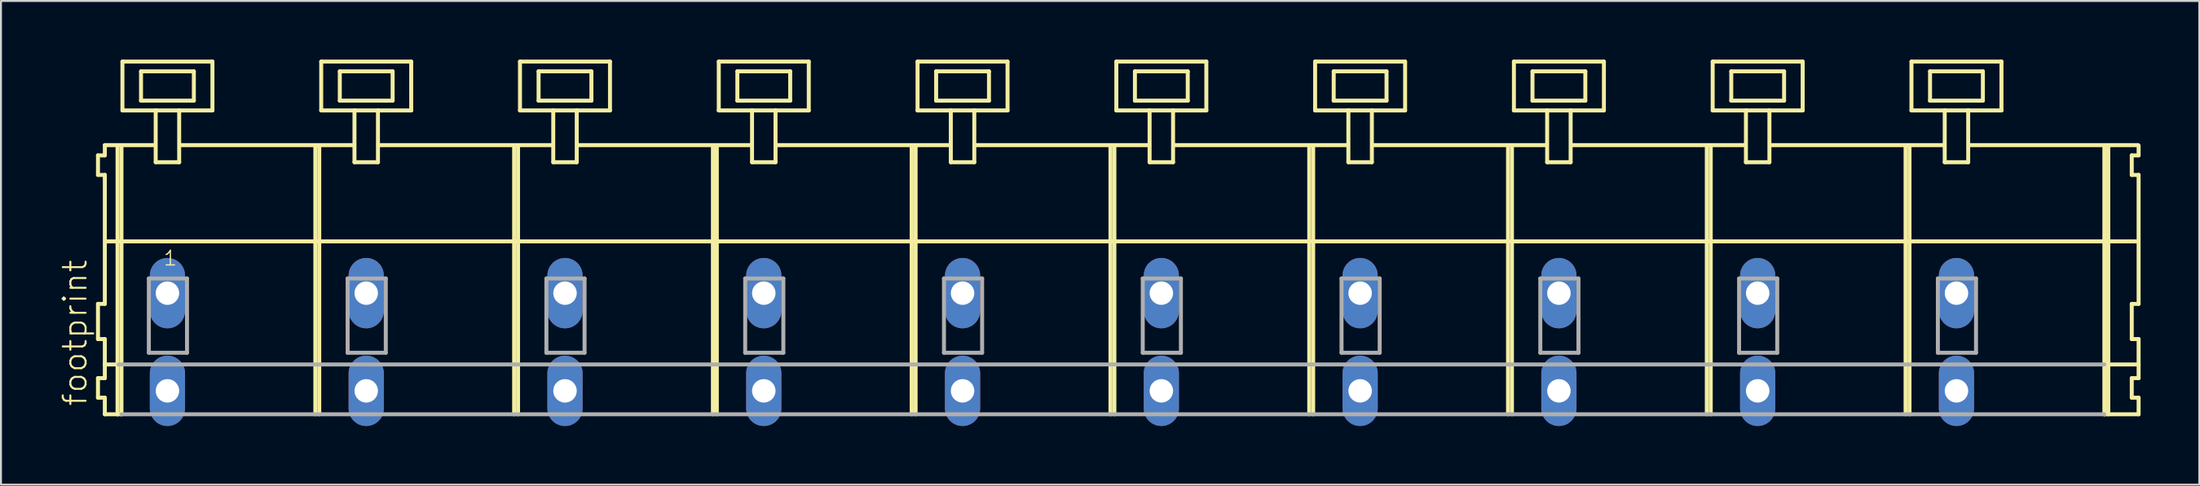
<source format=kicad_pcb>
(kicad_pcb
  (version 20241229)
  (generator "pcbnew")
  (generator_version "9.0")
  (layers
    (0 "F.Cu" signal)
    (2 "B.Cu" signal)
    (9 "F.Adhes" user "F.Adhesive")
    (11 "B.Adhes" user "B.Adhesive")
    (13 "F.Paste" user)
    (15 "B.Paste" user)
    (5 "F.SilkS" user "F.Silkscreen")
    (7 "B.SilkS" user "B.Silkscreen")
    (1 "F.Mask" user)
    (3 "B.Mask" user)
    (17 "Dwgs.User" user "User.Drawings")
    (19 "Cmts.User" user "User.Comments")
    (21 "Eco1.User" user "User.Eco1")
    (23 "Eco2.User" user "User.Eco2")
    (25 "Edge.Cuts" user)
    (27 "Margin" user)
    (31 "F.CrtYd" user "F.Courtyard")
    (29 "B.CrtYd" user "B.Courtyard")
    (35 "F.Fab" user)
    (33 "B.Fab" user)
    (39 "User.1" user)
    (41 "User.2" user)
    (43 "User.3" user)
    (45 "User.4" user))
  (footprint "footprint"
    (layer "F.Cu")
    (at 53.768 11.952)
    (property "Reference" "footprint" (at -52.295 5.855 90) (layer "F.SilkS") (effects (font (size 1.168 1.168) (thickness 0.102)) (justify left bottom)))
    (fp_line (start -51.81 -7.05) (end -51.81 -6.05) (stroke (width 0.203) (type solid)) (layer "F.SilkS"))
    (fp_line (start -51.81 -6.05) (end -51.46 -6.05) (stroke (width 0.203) (type solid)) (layer "F.SilkS"))
    (fp_line (start -51.81 0.55) (end -51.81 2.35) (stroke (width 0.203) (type solid)) (layer "F.SilkS"))
    (fp_line (start -51.81 2.35) (end -51.46 2.35) (stroke (width 0.203) (type solid)) (layer "F.SilkS"))
    (fp_line (start -51.81 4.35) (end -51.81 5.35) (stroke (width 0.203) (type solid)) (layer "F.SilkS"))
    (fp_line (start -51.81 5.35) (end -51.46 5.35) (stroke (width 0.203) (type solid)) (layer "F.SilkS"))
    (fp_line (start -51.46 -7.575) (end -51.46 -7.05) (stroke (width 0.203) (type solid)) (layer "F.SilkS"))
    (fp_line (start -51.46 -7.575) (end -48.885 -7.575) (stroke (width 0.203) (type solid)) (layer "F.SilkS"))
    (fp_line (start -51.46 -7.05) (end -51.81 -7.05) (stroke (width 0.203) (type solid)) (layer "F.SilkS"))
    (fp_line (start -51.46 -6.05) (end -51.46 0.55) (stroke (width 0.203) (type solid)) (layer "F.SilkS"))
    (fp_line (start -51.46 0.55) (end -51.81 0.55) (stroke (width 0.203) (type solid)) (layer "F.SilkS"))
    (fp_line (start -51.46 2.35) (end -51.46 4.35) (stroke (width 0.203) (type solid)) (layer "F.SilkS"))
    (fp_line (start -51.46 3.65) (end -50.76 3.65) (stroke (width 0.203) (type solid)) (layer "F.SilkS"))
    (fp_line (start -51.46 4.35) (end -51.81 4.35) (stroke (width 0.203) (type solid)) (layer "F.SilkS"))
    (fp_line (start -51.46 5.35) (end -51.46 6.2) (stroke (width 0.203) (type solid)) (layer "F.SilkS"))
    (fp_line (start -51.46 6.2) (end -50.81 6.2) (stroke (width 0.203) (type solid)) (layer "F.SilkS"))
    (fp_line (start -51.41 -2.65) (end 52.44 -2.65) (stroke (width 0.203) (type solid)) (layer "F.SilkS"))
    (fp_line (start -50.81 -7.55) (end -50.81 6.2) (stroke (width 0.203) (type solid)) (layer "F.SilkS"))
    (fp_line (start -50.81 6.2) (end -50.61 6.2) (stroke (width 0.203) (type solid)) (layer "F.SilkS"))
    (fp_line (start -50.61 -7.55) (end -50.61 6.2) (stroke (width 0.203) (type solid)) (layer "F.SilkS"))
    (fp_line (start -50.56 -11.85) (end -50.56 -9.35) (stroke (width 0.203) (type solid)) (layer "F.SilkS"))
    (fp_line (start -50.56 -9.35) (end -48.86 -9.35) (stroke (width 0.203) (type solid)) (layer "F.SilkS"))
    (fp_line (start -49.61 -11.35) (end -49.61 -9.85) (stroke (width 0.203) (type solid)) (layer "F.SilkS"))
    (fp_line (start -49.61 -9.85) (end -46.91 -9.85) (stroke (width 0.203) (type solid)) (layer "F.SilkS"))
    (fp_line (start -48.86 -9.35) (end -48.86 -6.7) (stroke (width 0.203) (type solid)) (layer "F.SilkS"))
    (fp_line (start -48.86 -9.35) (end -47.66 -9.35) (stroke (width 0.203) (type solid)) (layer "F.SilkS"))
    (fp_line (start -48.86 -6.7) (end -47.66 -6.7) (stroke (width 0.203) (type solid)) (layer "F.SilkS"))
    (fp_line (start -47.66 -9.35) (end -45.96 -9.35) (stroke (width 0.203) (type solid)) (layer "F.SilkS"))
    (fp_line (start -47.66 -6.7) (end -47.66 -9.35) (stroke (width 0.203) (type solid)) (layer "F.SilkS"))
    (fp_line (start -47.635 -7.575) (end -38.721 -7.575) (stroke (width 0.203) (type solid)) (layer "F.SilkS"))
    (fp_line (start -46.91 -11.35) (end -49.61 -11.35) (stroke (width 0.203) (type solid)) (layer "F.SilkS"))
    (fp_line (start -46.91 -9.85) (end -46.91 -11.35) (stroke (width 0.203) (type solid)) (layer "F.SilkS"))
    (fp_line (start -45.96 -11.85) (end -50.56 -11.85) (stroke (width 0.203) (type solid)) (layer "F.SilkS"))
    (fp_line (start -45.96 -9.35) (end -45.96 -11.85) (stroke (width 0.203) (type solid)) (layer "F.SilkS"))
    (fp_line (start -40.7 -7.55) (end -40.7 6.2) (stroke (width 0.203) (type solid)) (layer "F.SilkS"))
    (fp_line (start -40.5 -7.55) (end -40.5 6.2) (stroke (width 0.203) (type solid)) (layer "F.SilkS"))
    (fp_line (start -40.4 -11.85) (end -40.4 -9.35) (stroke (width 0.203) (type solid)) (layer "F.SilkS"))
    (fp_line (start -40.4 -9.35) (end -38.7 -9.35) (stroke (width 0.203) (type solid)) (layer "F.SilkS"))
    (fp_line (start -39.45 -11.35) (end -39.45 -9.85) (stroke (width 0.203) (type solid)) (layer "F.SilkS"))
    (fp_line (start -39.45 -9.85) (end -36.75 -9.85) (stroke (width 0.203) (type solid)) (layer "F.SilkS"))
    (fp_line (start -38.7 -9.35) (end -38.7 -6.7) (stroke (width 0.203) (type solid)) (layer "F.SilkS"))
    (fp_line (start -38.7 -9.35) (end -37.5 -9.35) (stroke (width 0.203) (type solid)) (layer "F.SilkS"))
    (fp_line (start -38.7 -6.7) (end -37.5 -6.7) (stroke (width 0.203) (type solid)) (layer "F.SilkS"))
    (fp_line (start -37.5 -9.35) (end -35.8 -9.35) (stroke (width 0.203) (type solid)) (layer "F.SilkS"))
    (fp_line (start -37.5 -6.7) (end -37.5 -9.35) (stroke (width 0.203) (type solid)) (layer "F.SilkS"))
    (fp_line (start -37.475 -7.575) (end -28.561 -7.575) (stroke (width 0.203) (type solid)) (layer "F.SilkS"))
    (fp_line (start -36.75 -11.35) (end -39.45 -11.35) (stroke (width 0.203) (type solid)) (layer "F.SilkS"))
    (fp_line (start -36.75 -9.85) (end -36.75 -11.35) (stroke (width 0.203) (type solid)) (layer "F.SilkS"))
    (fp_line (start -35.8 -11.85) (end -40.4 -11.85) (stroke (width 0.203) (type solid)) (layer "F.SilkS"))
    (fp_line (start -35.8 -9.35) (end -35.8 -11.85) (stroke (width 0.203) (type solid)) (layer "F.SilkS"))
    (fp_line (start -30.54 -7.55) (end -30.54 6.2) (stroke (width 0.203) (type solid)) (layer "F.SilkS"))
    (fp_line (start -30.34 -7.55) (end -30.34 6.2) (stroke (width 0.203) (type solid)) (layer "F.SilkS"))
    (fp_line (start -30.24 -11.85) (end -30.24 -9.35) (stroke (width 0.203) (type solid)) (layer "F.SilkS"))
    (fp_line (start -30.24 -9.35) (end -28.54 -9.35) (stroke (width 0.203) (type solid)) (layer "F.SilkS"))
    (fp_line (start -29.29 -11.35) (end -29.29 -9.85) (stroke (width 0.203) (type solid)) (layer "F.SilkS"))
    (fp_line (start -29.29 -9.85) (end -26.59 -9.85) (stroke (width 0.203) (type solid)) (layer "F.SilkS"))
    (fp_line (start -28.54 -9.35) (end -28.54 -6.7) (stroke (width 0.203) (type solid)) (layer "F.SilkS"))
    (fp_line (start -28.54 -9.35) (end -27.34 -9.35) (stroke (width 0.203) (type solid)) (layer "F.SilkS"))
    (fp_line (start -28.54 -6.7) (end -27.34 -6.7) (stroke (width 0.203) (type solid)) (layer "F.SilkS"))
    (fp_line (start -27.34 -9.35) (end -25.64 -9.35) (stroke (width 0.203) (type solid)) (layer "F.SilkS"))
    (fp_line (start -27.34 -6.7) (end -27.34 -9.35) (stroke (width 0.203) (type solid)) (layer "F.SilkS"))
    (fp_line (start -27.315 -7.575) (end -18.401 -7.575) (stroke (width 0.203) (type solid)) (layer "F.SilkS"))
    (fp_line (start -26.59 -11.35) (end -29.29 -11.35) (stroke (width 0.203) (type solid)) (layer "F.SilkS"))
    (fp_line (start -26.59 -9.85) (end -26.59 -11.35) (stroke (width 0.203) (type solid)) (layer "F.SilkS"))
    (fp_line (start -25.64 -11.85) (end -30.24 -11.85) (stroke (width 0.203) (type solid)) (layer "F.SilkS"))
    (fp_line (start -25.64 -9.35) (end -25.64 -11.85) (stroke (width 0.203) (type solid)) (layer "F.SilkS"))
    (fp_line (start -20.38 -7.55) (end -20.38 6.2) (stroke (width 0.203) (type solid)) (layer "F.SilkS"))
    (fp_line (start -20.18 -7.55) (end -20.18 6.2) (stroke (width 0.203) (type solid)) (layer "F.SilkS"))
    (fp_line (start -20.08 -11.85) (end -20.08 -9.35) (stroke (width 0.203) (type solid)) (layer "F.SilkS"))
    (fp_line (start -20.08 -9.35) (end -18.38 -9.35) (stroke (width 0.203) (type solid)) (layer "F.SilkS"))
    (fp_line (start -19.13 -11.35) (end -19.13 -9.85) (stroke (width 0.203) (type solid)) (layer "F.SilkS"))
    (fp_line (start -19.13 -9.85) (end -16.43 -9.85) (stroke (width 0.203) (type solid)) (layer "F.SilkS"))
    (fp_line (start -18.38 -9.35) (end -18.38 -6.7) (stroke (width 0.203) (type solid)) (layer "F.SilkS"))
    (fp_line (start -18.38 -9.35) (end -17.18 -9.35) (stroke (width 0.203) (type solid)) (layer "F.SilkS"))
    (fp_line (start -18.38 -6.7) (end -17.18 -6.7) (stroke (width 0.203) (type solid)) (layer "F.SilkS"))
    (fp_line (start -17.18 -9.35) (end -15.48 -9.35) (stroke (width 0.203) (type solid)) (layer "F.SilkS"))
    (fp_line (start -17.18 -6.7) (end -17.18 -9.35) (stroke (width 0.203) (type solid)) (layer "F.SilkS"))
    (fp_line (start -17.155 -7.575) (end -8.241 -7.575) (stroke (width 0.203) (type solid)) (layer "F.SilkS"))
    (fp_line (start -16.43 -11.35) (end -19.13 -11.35) (stroke (width 0.203) (type solid)) (layer "F.SilkS"))
    (fp_line (start -16.43 -9.85) (end -16.43 -11.35) (stroke (width 0.203) (type solid)) (layer "F.SilkS"))
    (fp_line (start -15.48 -11.85) (end -20.08 -11.85) (stroke (width 0.203) (type solid)) (layer "F.SilkS"))
    (fp_line (start -15.48 -9.35) (end -15.48 -11.85) (stroke (width 0.203) (type solid)) (layer "F.SilkS"))
    (fp_line (start -10.22 -7.55) (end -10.22 6.2) (stroke (width 0.203) (type solid)) (layer "F.SilkS"))
    (fp_line (start -10.02 -7.55) (end -10.02 6.2) (stroke (width 0.203) (type solid)) (layer "F.SilkS"))
    (fp_line (start -9.92 -11.85) (end -9.92 -9.35) (stroke (width 0.203) (type solid)) (layer "F.SilkS"))
    (fp_line (start -9.92 -9.35) (end -8.22 -9.35) (stroke (width 0.203) (type solid)) (layer "F.SilkS"))
    (fp_line (start -8.97 -11.35) (end -8.97 -9.85) (stroke (width 0.203) (type solid)) (layer "F.SilkS"))
    (fp_line (start -8.97 -9.85) (end -6.27 -9.85) (stroke (width 0.203) (type solid)) (layer "F.SilkS"))
    (fp_line (start -8.22 -9.35) (end -8.22 -6.7) (stroke (width 0.203) (type solid)) (layer "F.SilkS"))
    (fp_line (start -8.22 -9.35) (end -7.02 -9.35) (stroke (width 0.203) (type solid)) (layer "F.SilkS"))
    (fp_line (start -8.22 -6.7) (end -7.02 -6.7) (stroke (width 0.203) (type solid)) (layer "F.SilkS"))
    (fp_line (start -7.02 -9.35) (end -5.32 -9.35) (stroke (width 0.203) (type solid)) (layer "F.SilkS"))
    (fp_line (start -7.02 -6.7) (end -7.02 -9.35) (stroke (width 0.203) (type solid)) (layer "F.SilkS"))
    (fp_line (start -6.995 -7.575) (end 1.919 -7.575) (stroke (width 0.203) (type solid)) (layer "F.SilkS"))
    (fp_line (start -6.27 -11.35) (end -8.97 -11.35) (stroke (width 0.203) (type solid)) (layer "F.SilkS"))
    (fp_line (start -6.27 -9.85) (end -6.27 -11.35) (stroke (width 0.203) (type solid)) (layer "F.SilkS"))
    (fp_line (start -5.32 -11.85) (end -9.92 -11.85) (stroke (width 0.203) (type solid)) (layer "F.SilkS"))
    (fp_line (start -5.32 -9.35) (end -5.32 -11.85) (stroke (width 0.203) (type solid)) (layer "F.SilkS"))
    (fp_line (start -0.06 -7.55) (end -0.06 6.2) (stroke (width 0.203) (type solid)) (layer "F.SilkS"))
    (fp_line (start 0.14 -7.55) (end 0.14 6.2) (stroke (width 0.203) (type solid)) (layer "F.SilkS"))
    (fp_line (start 0.24 -11.85) (end 0.24 -9.35) (stroke (width 0.203) (type solid)) (layer "F.SilkS"))
    (fp_line (start 0.24 -9.35) (end 1.94 -9.35) (stroke (width 0.203) (type solid)) (layer "F.SilkS"))
    (fp_line (start 1.19 -11.35) (end 1.19 -9.85) (stroke (width 0.203) (type solid)) (layer "F.SilkS"))
    (fp_line (start 1.19 -9.85) (end 3.89 -9.85) (stroke (width 0.203) (type solid)) (layer "F.SilkS"))
    (fp_line (start 1.94 -9.35) (end 1.94 -6.7) (stroke (width 0.203) (type solid)) (layer "F.SilkS"))
    (fp_line (start 1.94 -9.35) (end 3.14 -9.35) (stroke (width 0.203) (type solid)) (layer "F.SilkS"))
    (fp_line (start 1.94 -6.7) (end 3.14 -6.7) (stroke (width 0.203) (type solid)) (layer "F.SilkS"))
    (fp_line (start 3.14 -9.35) (end 4.84 -9.35) (stroke (width 0.203) (type solid)) (layer "F.SilkS"))
    (fp_line (start 3.14 -6.7) (end 3.14 -9.35) (stroke (width 0.203) (type solid)) (layer "F.SilkS"))
    (fp_line (start 3.165 -7.575) (end 12.079 -7.575) (stroke (width 0.203) (type solid)) (layer "F.SilkS"))
    (fp_line (start 3.89 -11.35) (end 1.19 -11.35) (stroke (width 0.203) (type solid)) (layer "F.SilkS"))
    (fp_line (start 3.89 -9.85) (end 3.89 -11.35) (stroke (width 0.203) (type solid)) (layer "F.SilkS"))
    (fp_line (start 4.84 -11.85) (end 0.24 -11.85) (stroke (width 0.203) (type solid)) (layer "F.SilkS"))
    (fp_line (start 4.84 -9.35) (end 4.84 -11.85) (stroke (width 0.203) (type solid)) (layer "F.SilkS"))
    (fp_line (start 10.1 -7.55) (end 10.1 6.2) (stroke (width 0.203) (type solid)) (layer "F.SilkS"))
    (fp_line (start 10.3 -7.55) (end 10.3 6.2) (stroke (width 0.203) (type solid)) (layer "F.SilkS"))
    (fp_line (start 10.4 -11.85) (end 10.4 -9.35) (stroke (width 0.203) (type solid)) (layer "F.SilkS"))
    (fp_line (start 10.4 -9.35) (end 12.1 -9.35) (stroke (width 0.203) (type solid)) (layer "F.SilkS"))
    (fp_line (start 11.35 -11.35) (end 11.35 -9.85) (stroke (width 0.203) (type solid)) (layer "F.SilkS"))
    (fp_line (start 11.35 -9.85) (end 14.05 -9.85) (stroke (width 0.203) (type solid)) (layer "F.SilkS"))
    (fp_line (start 12.1 -9.35) (end 12.1 -6.7) (stroke (width 0.203) (type solid)) (layer "F.SilkS"))
    (fp_line (start 12.1 -9.35) (end 13.3 -9.35) (stroke (width 0.203) (type solid)) (layer "F.SilkS"))
    (fp_line (start 12.1 -6.7) (end 13.3 -6.7) (stroke (width 0.203) (type solid)) (layer "F.SilkS"))
    (fp_line (start 13.3 -9.35) (end 15 -9.35) (stroke (width 0.203) (type solid)) (layer "F.SilkS"))
    (fp_line (start 13.3 -6.7) (end 13.3 -9.35) (stroke (width 0.203) (type solid)) (layer "F.SilkS"))
    (fp_line (start 13.325 -7.575) (end 22.239 -7.575) (stroke (width 0.203) (type solid)) (layer "F.SilkS"))
    (fp_line (start 14.05 -11.35) (end 11.35 -11.35) (stroke (width 0.203) (type solid)) (layer "F.SilkS"))
    (fp_line (start 14.05 -9.85) (end 14.05 -11.35) (stroke (width 0.203) (type solid)) (layer "F.SilkS"))
    (fp_line (start 15 -11.85) (end 10.4 -11.85) (stroke (width 0.203) (type solid)) (layer "F.SilkS"))
    (fp_line (start 15 -9.35) (end 15 -11.85) (stroke (width 0.203) (type solid)) (layer "F.SilkS"))
    (fp_line (start 20.26 -7.55) (end 20.26 6.2) (stroke (width 0.203) (type solid)) (layer "F.SilkS"))
    (fp_line (start 20.46 -7.55) (end 20.46 6.2) (stroke (width 0.203) (type solid)) (layer "F.SilkS"))
    (fp_line (start 20.56 -11.85) (end 20.56 -9.35) (stroke (width 0.203) (type solid)) (layer "F.SilkS"))
    (fp_line (start 20.56 -9.35) (end 22.26 -9.35) (stroke (width 0.203) (type solid)) (layer "F.SilkS"))
    (fp_line (start 21.51 -11.35) (end 21.51 -9.85) (stroke (width 0.203) (type solid)) (layer "F.SilkS"))
    (fp_line (start 21.51 -9.85) (end 24.21 -9.85) (stroke (width 0.203) (type solid)) (layer "F.SilkS"))
    (fp_line (start 22.26 -9.35) (end 22.26 -6.7) (stroke (width 0.203) (type solid)) (layer "F.SilkS"))
    (fp_line (start 22.26 -9.35) (end 23.46 -9.35) (stroke (width 0.203) (type solid)) (layer "F.SilkS"))
    (fp_line (start 22.26 -6.7) (end 23.46 -6.7) (stroke (width 0.203) (type solid)) (layer "F.SilkS"))
    (fp_line (start 23.46 -9.35) (end 25.16 -9.35) (stroke (width 0.203) (type solid)) (layer "F.SilkS"))
    (fp_line (start 23.46 -6.7) (end 23.46 -9.35) (stroke (width 0.203) (type solid)) (layer "F.SilkS"))
    (fp_line (start 23.485 -7.575) (end 32.399 -7.575) (stroke (width 0.203) (type solid)) (layer "F.SilkS"))
    (fp_line (start 24.21 -11.35) (end 21.51 -11.35) (stroke (width 0.203) (type solid)) (layer "F.SilkS"))
    (fp_line (start 24.21 -9.85) (end 24.21 -11.35) (stroke (width 0.203) (type solid)) (layer "F.SilkS"))
    (fp_line (start 25.16 -11.85) (end 20.56 -11.85) (stroke (width 0.203) (type solid)) (layer "F.SilkS"))
    (fp_line (start 25.16 -9.35) (end 25.16 -11.85) (stroke (width 0.203) (type solid)) (layer "F.SilkS"))
    (fp_line (start 30.42 -7.55) (end 30.42 6.2) (stroke (width 0.203) (type solid)) (layer "F.SilkS"))
    (fp_line (start 30.62 -7.55) (end 30.62 6.2) (stroke (width 0.203) (type solid)) (layer "F.SilkS"))
    (fp_line (start 30.72 -11.85) (end 30.72 -9.35) (stroke (width 0.203) (type solid)) (layer "F.SilkS"))
    (fp_line (start 30.72 -9.35) (end 32.42 -9.35) (stroke (width 0.203) (type solid)) (layer "F.SilkS"))
    (fp_line (start 31.67 -11.35) (end 31.67 -9.85) (stroke (width 0.203) (type solid)) (layer "F.SilkS"))
    (fp_line (start 31.67 -9.85) (end 34.37 -9.85) (stroke (width 0.203) (type solid)) (layer "F.SilkS"))
    (fp_line (start 32.42 -9.35) (end 32.42 -6.7) (stroke (width 0.203) (type solid)) (layer "F.SilkS"))
    (fp_line (start 32.42 -9.35) (end 33.62 -9.35) (stroke (width 0.203) (type solid)) (layer "F.SilkS"))
    (fp_line (start 32.42 -6.7) (end 33.62 -6.7) (stroke (width 0.203) (type solid)) (layer "F.SilkS"))
    (fp_line (start 33.62 -9.35) (end 35.32 -9.35) (stroke (width 0.203) (type solid)) (layer "F.SilkS"))
    (fp_line (start 33.62 -6.7) (end 33.62 -9.35) (stroke (width 0.203) (type solid)) (layer "F.SilkS"))
    (fp_line (start 33.645 -7.575) (end 42.559 -7.575) (stroke (width 0.203) (type solid)) (layer "F.SilkS"))
    (fp_line (start 34.37 -11.35) (end 31.67 -11.35) (stroke (width 0.203) (type solid)) (layer "F.SilkS"))
    (fp_line (start 34.37 -9.85) (end 34.37 -11.35) (stroke (width 0.203) (type solid)) (layer "F.SilkS"))
    (fp_line (start 35.32 -11.85) (end 30.72 -11.85) (stroke (width 0.203) (type solid)) (layer "F.SilkS"))
    (fp_line (start 35.32 -9.35) (end 35.32 -11.85) (stroke (width 0.203) (type solid)) (layer "F.SilkS"))
    (fp_line (start 40.58 -7.55) (end 40.58 6.2) (stroke (width 0.203) (type solid)) (layer "F.SilkS"))
    (fp_line (start 40.78 -7.55) (end 40.78 6.2) (stroke (width 0.203) (type solid)) (layer "F.SilkS"))
    (fp_line (start 40.88 -11.85) (end 40.88 -9.35) (stroke (width 0.203) (type solid)) (layer "F.SilkS"))
    (fp_line (start 40.88 -9.35) (end 42.58 -9.35) (stroke (width 0.203) (type solid)) (layer "F.SilkS"))
    (fp_line (start 41.83 -11.35) (end 41.83 -9.85) (stroke (width 0.203) (type solid)) (layer "F.SilkS"))
    (fp_line (start 41.83 -9.85) (end 44.53 -9.85) (stroke (width 0.203) (type solid)) (layer "F.SilkS"))
    (fp_line (start 42.58 -9.35) (end 42.58 -6.7) (stroke (width 0.203) (type solid)) (layer "F.SilkS"))
    (fp_line (start 42.58 -9.35) (end 43.78 -9.35) (stroke (width 0.203) (type solid)) (layer "F.SilkS"))
    (fp_line (start 42.58 -6.7) (end 43.78 -6.7) (stroke (width 0.203) (type solid)) (layer "F.SilkS"))
    (fp_line (start 43.78 -9.35) (end 45.48 -9.35) (stroke (width 0.203) (type solid)) (layer "F.SilkS"))
    (fp_line (start 43.78 -6.7) (end 43.78 -9.35) (stroke (width 0.203) (type solid)) (layer "F.SilkS"))
    (fp_line (start 43.805 -7.575) (end 52.465 -7.575) (stroke (width 0.203) (type solid)) (layer "F.SilkS"))
    (fp_line (start 44.53 -11.35) (end 41.83 -11.35) (stroke (width 0.203) (type solid)) (layer "F.SilkS"))
    (fp_line (start 44.53 -9.85) (end 44.53 -11.35) (stroke (width 0.203) (type solid)) (layer "F.SilkS"))
    (fp_line (start 45.48 -11.85) (end 40.88 -11.85) (stroke (width 0.203) (type solid)) (layer "F.SilkS"))
    (fp_line (start 45.48 -9.35) (end 45.48 -11.85) (stroke (width 0.203) (type solid)) (layer "F.SilkS"))
    (fp_line (start 50.74 -7.55) (end 50.74 6.2) (stroke (width 0.203) (type solid)) (layer "F.SilkS"))
    (fp_line (start 50.74 6.2) (end 52.49 6.2) (stroke (width 0.203) (type solid)) (layer "F.SilkS"))
    (fp_line (start 50.79 3.65) (end 52.49 3.65) (stroke (width 0.203) (type solid)) (layer "F.SilkS"))
    (fp_line (start 50.94 -7.55) (end 50.94 6.2) (stroke (width 0.203) (type solid)) (layer "F.SilkS"))
    (fp_line (start 52.14 -7.05) (end 52.14 -6.05) (stroke (width 0.203) (type solid)) (layer "F.SilkS"))
    (fp_line (start 52.14 -6.05) (end 52.49 -6.05) (stroke (width 0.203) (type solid)) (layer "F.SilkS"))
    (fp_line (start 52.14 0.55) (end 52.14 2.35) (stroke (width 0.203) (type solid)) (layer "F.SilkS"))
    (fp_line (start 52.14 2.35) (end 52.49 2.35) (stroke (width 0.203) (type solid)) (layer "F.SilkS"))
    (fp_line (start 52.14 4.35) (end 52.14 5.35) (stroke (width 0.203) (type solid)) (layer "F.SilkS"))
    (fp_line (start 52.14 5.35) (end 52.49 5.35) (stroke (width 0.203) (type solid)) (layer "F.SilkS"))
    (fp_line (start 52.49 -7.05) (end 52.14 -7.05) (stroke (width 0.203) (type solid)) (layer "F.SilkS"))
    (fp_line (start 52.49 -7.05) (end 52.49 -7.55) (stroke (width 0.203) (type solid)) (layer "F.SilkS"))
    (fp_line (start 52.49 0.55) (end 52.14 0.55) (stroke (width 0.203) (type solid)) (layer "F.SilkS"))
    (fp_line (start 52.49 0.55) (end 52.49 -6.05) (stroke (width 0.203) (type solid)) (layer "F.SilkS"))
    (fp_line (start 52.49 3.65) (end 52.49 2.35) (stroke (width 0.203) (type solid)) (layer "F.SilkS"))
    (fp_line (start 52.49 4.35) (end 52.14 4.35) (stroke (width 0.203) (type solid)) (layer "F.SilkS"))
    (fp_line (start 52.49 4.35) (end 52.49 3.65) (stroke (width 0.203) (type solid)) (layer "F.SilkS"))
    (fp_line (start 52.49 6.2) (end 52.49 5.35) (stroke (width 0.203) (type solid)) (layer "F.SilkS"))
    (fp_line (start -50.76 3.65) (end 50.74 3.65) (stroke (width 0.203) (type solid)) (layer "F.Fab"))
    (fp_line (start -50.61 6.2) (end 50.74 6.2) (stroke (width 0.203) (type solid)) (layer "F.Fab"))
    (fp_line (start -49.21 -0.75) (end -49.21 3.05) (stroke (width 0.203) (type solid)) (layer "F.Fab"))
    (fp_line (start -49.21 3.05) (end -47.26 3.05) (stroke (width 0.203) (type solid)) (layer "F.Fab"))
    (fp_line (start -47.26 -0.75) (end -49.21 -0.75) (stroke (width 0.203) (type solid)) (layer "F.Fab"))
    (fp_line (start -47.26 3.05) (end -47.26 -0.75) (stroke (width 0.203) (type solid)) (layer "F.Fab"))
    (fp_line (start -39.05 -0.75) (end -39.05 3.05) (stroke (width 0.203) (type solid)) (layer "F.Fab"))
    (fp_line (start -39.05 3.05) (end -37.1 3.05) (stroke (width 0.203) (type solid)) (layer "F.Fab"))
    (fp_line (start -37.1 -0.75) (end -39.05 -0.75) (stroke (width 0.203) (type solid)) (layer "F.Fab"))
    (fp_line (start -37.1 3.05) (end -37.1 -0.75) (stroke (width 0.203) (type solid)) (layer "F.Fab"))
    (fp_line (start -28.89 -0.75) (end -28.89 3.05) (stroke (width 0.203) (type solid)) (layer "F.Fab"))
    (fp_line (start -28.89 3.05) (end -26.94 3.05) (stroke (width 0.203) (type solid)) (layer "F.Fab"))
    (fp_line (start -26.94 -0.75) (end -28.89 -0.75) (stroke (width 0.203) (type solid)) (layer "F.Fab"))
    (fp_line (start -26.94 3.05) (end -26.94 -0.75) (stroke (width 0.203) (type solid)) (layer "F.Fab"))
    (fp_line (start -18.73 -0.75) (end -18.73 3.05) (stroke (width 0.203) (type solid)) (layer "F.Fab"))
    (fp_line (start -18.73 3.05) (end -16.78 3.05) (stroke (width 0.203) (type solid)) (layer "F.Fab"))
    (fp_line (start -16.78 -0.75) (end -18.73 -0.75) (stroke (width 0.203) (type solid)) (layer "F.Fab"))
    (fp_line (start -16.78 3.05) (end -16.78 -0.75) (stroke (width 0.203) (type solid)) (layer "F.Fab"))
    (fp_line (start -8.57 -0.75) (end -8.57 3.05) (stroke (width 0.203) (type solid)) (layer "F.Fab"))
    (fp_line (start -8.57 3.05) (end -6.62 3.05) (stroke (width 0.203) (type solid)) (layer "F.Fab"))
    (fp_line (start -6.62 -0.75) (end -8.57 -0.75) (stroke (width 0.203) (type solid)) (layer "F.Fab"))
    (fp_line (start -6.62 3.05) (end -6.62 -0.75) (stroke (width 0.203) (type solid)) (layer "F.Fab"))
    (fp_line (start 1.59 -0.75) (end 1.59 3.05) (stroke (width 0.203) (type solid)) (layer "F.Fab"))
    (fp_line (start 1.59 3.05) (end 3.54 3.05) (stroke (width 0.203) (type solid)) (layer "F.Fab"))
    (fp_line (start 3.54 -0.75) (end 1.59 -0.75) (stroke (width 0.203) (type solid)) (layer "F.Fab"))
    (fp_line (start 3.54 3.05) (end 3.54 -0.75) (stroke (width 0.203) (type solid)) (layer "F.Fab"))
    (fp_line (start 11.75 -0.75) (end 11.75 3.05) (stroke (width 0.203) (type solid)) (layer "F.Fab"))
    (fp_line (start 11.75 3.05) (end 13.7 3.05) (stroke (width 0.203) (type solid)) (layer "F.Fab"))
    (fp_line (start 13.7 -0.75) (end 11.75 -0.75) (stroke (width 0.203) (type solid)) (layer "F.Fab"))
    (fp_line (start 13.7 3.05) (end 13.7 -0.75) (stroke (width 0.203) (type solid)) (layer "F.Fab"))
    (fp_line (start 21.91 -0.75) (end 21.91 3.05) (stroke (width 0.203) (type solid)) (layer "F.Fab"))
    (fp_line (start 21.91 3.05) (end 23.86 3.05) (stroke (width 0.203) (type solid)) (layer "F.Fab"))
    (fp_line (start 23.86 -0.75) (end 21.91 -0.75) (stroke (width 0.203) (type solid)) (layer "F.Fab"))
    (fp_line (start 23.86 3.05) (end 23.86 -0.75) (stroke (width 0.203) (type solid)) (layer "F.Fab"))
    (fp_line (start 32.07 -0.75) (end 32.07 3.05) (stroke (width 0.203) (type solid)) (layer "F.Fab"))
    (fp_line (start 32.07 3.05) (end 34.02 3.05) (stroke (width 0.203) (type solid)) (layer "F.Fab"))
    (fp_line (start 34.02 -0.75) (end 32.07 -0.75) (stroke (width 0.203) (type solid)) (layer "F.Fab"))
    (fp_line (start 34.02 3.05) (end 34.02 -0.75) (stroke (width 0.203) (type solid)) (layer "F.Fab"))
    (fp_line (start 42.23 -0.75) (end 42.23 3.05) (stroke (width 0.203) (type solid)) (layer "F.Fab"))
    (fp_line (start 42.23 3.05) (end 44.18 3.05) (stroke (width 0.203) (type solid)) (layer "F.Fab"))
    (fp_line (start 44.18 -0.75) (end 42.23 -0.75) (stroke (width 0.203) (type solid)) (layer "F.Fab"))
    (fp_line (start 44.18 3.05) (end 44.18 -0.75) (stroke (width 0.203) (type solid)) (layer "F.Fab"))
    (fp_text user "1" (at -48.51 -1.35 0) (layer "F.SilkS") (effects (font (size 0.748 0.748) (thickness 0.065)) (justify left bottom)))
    (pad "A1" thru_hole oval (at -48.26 0 90) (size 3.6 1.8) (drill 1.2) (layers "*.Cu" "*.Mask"))
    (pad "A2" thru_hole oval (at -38.1 0 90) (size 3.6 1.8) (drill 1.2) (layers "*.Cu" "*.Mask"))
    (pad "A3" thru_hole oval (at -27.94 0 90) (size 3.6 1.8) (drill 1.2) (layers "*.Cu" "*.Mask"))
    (pad "A4" thru_hole oval (at -17.78 0 90) (size 3.6 1.8) (drill 1.2) (layers "*.Cu" "*.Mask"))
    (pad "A5" thru_hole oval (at -7.62 0 90) (size 3.6 1.8) (drill 1.2) (layers "*.Cu" "*.Mask"))
    (pad "A6" thru_hole oval (at 2.54 0 90) (size 3.6 1.8) (drill 1.2) (layers "*.Cu" "*.Mask"))
    (pad "A7" thru_hole oval (at 12.7 0 90) (size 3.6 1.8) (drill 1.2) (layers "*.Cu" "*.Mask"))
    (pad "A8" thru_hole oval (at 22.86 0 90) (size 3.6 1.8) (drill 1.2) (layers "*.Cu" "*.Mask"))
    (pad "A9" thru_hole oval (at 33.02 0 90) (size 3.6 1.8) (drill 1.2) (layers "*.Cu" "*.Mask"))
    (pad "A10" thru_hole oval (at 43.18 0 90) (size 3.6 1.8) (drill 1.2) (layers "*.Cu" "*.Mask"))
    (pad "B1" thru_hole oval (at -48.26 5 90) (size 3.6 1.8) (drill 1.2) (layers "*.Cu" "*.Mask"))
    (pad "B2" thru_hole oval (at -38.1 5 90) (size 3.6 1.8) (drill 1.2) (layers "*.Cu" "*.Mask"))
    (pad "B3" thru_hole oval (at -27.94 5 90) (size 3.6 1.8) (drill 1.2) (layers "*.Cu" "*.Mask"))
    (pad "B4" thru_hole oval (at -17.78 5 90) (size 3.6 1.8) (drill 1.2) (layers "*.Cu" "*.Mask"))
    (pad "B5" thru_hole oval (at -7.62 5 90) (size 3.6 1.8) (drill 1.2) (layers "*.Cu" "*.Mask"))
    (pad "B6" thru_hole oval (at 2.54 5 90) (size 3.6 1.8) (drill 1.2) (layers "*.Cu" "*.Mask"))
    (pad "B7" thru_hole oval (at 12.7 5 90) (size 3.6 1.8) (drill 1.2) (layers "*.Cu" "*.Mask"))
    (pad "B8" thru_hole oval (at 22.86 5 90) (size 3.6 1.8) (drill 1.2) (layers "*.Cu" "*.Mask"))
    (pad "B9" thru_hole oval (at 33.02 5 90) (size 3.6 1.8) (drill 1.2) (layers "*.Cu" "*.Mask"))
    (pad "B10" thru_hole oval (at 43.18 5 90) (size 3.6 1.8) (drill 1.2) (layers "*.Cu" "*.Mask")))
  (gr_rect
    (start -3 -3)
    (end 109.36 21.752)
    (stroke (width 0.1) (type default))
    (fill no)
    (layer "Edge.Cuts")))
</source>
